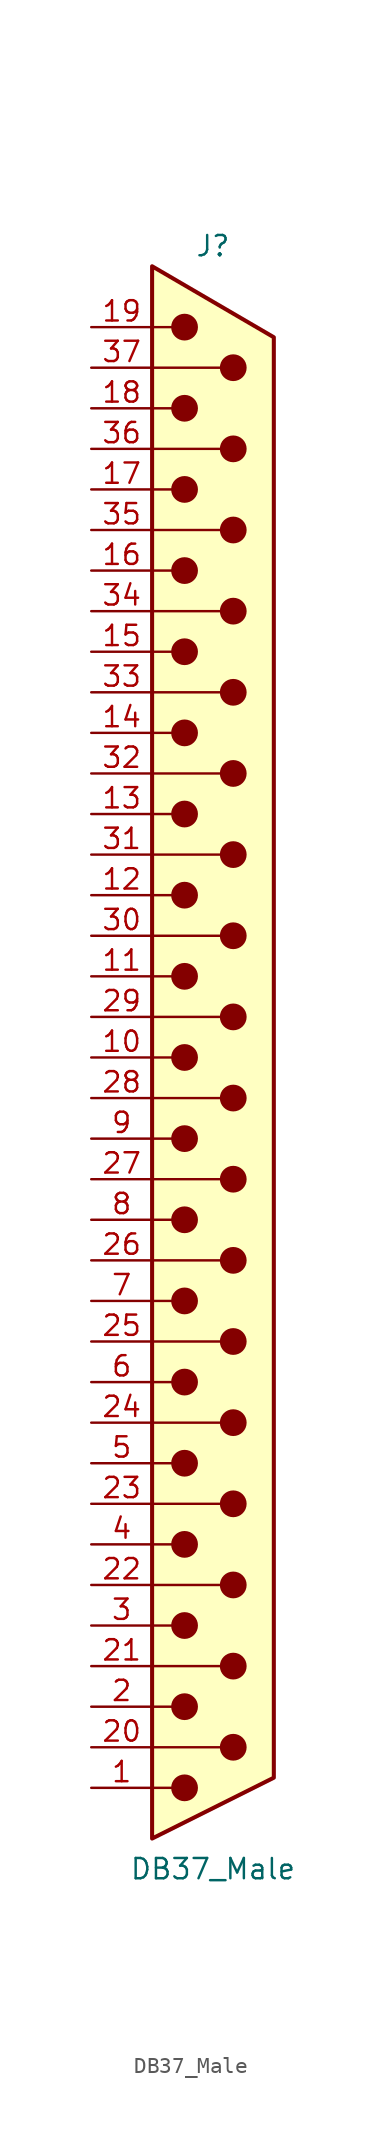
<source format=kicad_sym>
(kicad_symbol_lib
  (version 20220914)
  (generator kicad_symbol_editor)
  (symbol "DB37_Male"
    (pin_names
      (offset 1.016) hide)
    (property "Reference" "J"
      (at 0 50.8 0)
      (effects (font (size 1.27 1.27))))
    (property "Value" "DB37_Male"
      (at 0 -50.8 0)
      (effects (font (size 1.27 1.27))))
    (symbol "DB37_Male_0_1"
      (circle (center -1.778 -45.72) (radius 0.762) (stroke (width 0) (type default)) (fill (type outline)))
      (circle (center -1.778 -40.64) (radius 0.762) (stroke (width 0) (type default)) (fill (type outline)))
      (circle (center -1.778 -35.56) (radius 0.762) (stroke (width 0) (type default)) (fill (type outline)))
      (circle (center -1.778 -30.48) (radius 0.762) (stroke (width 0) (type default)) (fill (type outline)))
      (circle (center -1.778 -25.4) (radius 0.762) (stroke (width 0) (type default)) (fill (type outline)))
      (circle (center -1.778 -20.32) (radius 0.762) (stroke (width 0) (type default)) (fill (type outline)))
      (circle (center -1.778 -15.24) (radius 0.762) (stroke (width 0) (type default)) (fill (type outline)))
      (circle (center -1.778 -10.16) (radius 0.762) (stroke (width 0) (type default)) (fill (type outline)))
      (circle (center -1.778 -5.08) (radius 0.762) (stroke (width 0) (type default)) (fill (type outline)))
      (circle (center -1.778 0) (radius 0.762) (stroke (width 0) (type default)) (fill (type outline)))
      (circle (center -1.778 5.08) (radius 0.762) (stroke (width 0) (type default)) (fill (type outline)))
      (circle (center -1.778 10.16) (radius 0.762) (stroke (width 0) (type default)) (fill (type outline)))
      (circle (center -1.778 15.24) (radius 0.762) (stroke (width 0) (type default)) (fill (type outline)))
      (circle (center -1.778 20.32) (radius 0.762) (stroke (width 0) (type default)) (fill (type outline)))
      (circle (center -1.778 25.4) (radius 0.762) (stroke (width 0) (type default)) (fill (type outline)))
      (circle (center -1.778 30.48) (radius 0.762) (stroke (width 0) (type default)) (fill (type outline)))
      (circle (center -1.778 35.56) (radius 0.762) (stroke (width 0) (type default)) (fill (type outline)))
      (circle (center -1.778 40.64) (radius 0.762) (stroke (width 0) (type default)) (fill (type outline)))
      (circle (center -1.778 45.72) (radius 0.762) (stroke (width 0) (type default)) (fill (type outline)))
      (polyline (pts (xy -3.81 -45.72) (xy -2.54 -45.72)) (stroke (width 0) (type default)) (fill (type none)))
      (polyline (pts (xy -3.81 -43.18) (xy 0.508 -43.18)) (stroke (width 0) (type default)) (fill (type none)))
      (polyline (pts (xy -3.81 -40.64) (xy -2.54 -40.64)) (stroke (width 0) (type default)) (fill (type none)))
      (polyline (pts (xy -3.81 -38.1) (xy 0.508 -38.1)) (stroke (width 0) (type default)) (fill (type none)))
      (polyline (pts (xy -3.81 -35.56) (xy -2.54 -35.56)) (stroke (width 0) (type default)) (fill (type none)))
      (polyline (pts (xy -3.81 -33.02) (xy 0.508 -33.02)) (stroke (width 0) (type default)) (fill (type none)))
      (polyline (pts (xy -3.81 -30.48) (xy -2.54 -30.48)) (stroke (width 0) (type default)) (fill (type none)))
      (polyline (pts (xy -3.81 -27.94) (xy 0.508 -27.94)) (stroke (width 0) (type default)) (fill (type none)))
      (polyline (pts (xy -3.81 -25.4) (xy -2.54 -25.4)) (stroke (width 0) (type default)) (fill (type none)))
      (polyline (pts (xy -3.81 -22.86) (xy 0.508 -22.86)) (stroke (width 0) (type default)) (fill (type none)))
      (polyline (pts (xy -3.81 -20.32) (xy -2.54 -20.32)) (stroke (width 0) (type default)) (fill (type none)))
      (polyline (pts (xy -3.81 -17.78) (xy 0.508 -17.78)) (stroke (width 0) (type default)) (fill (type none)))
      (polyline (pts (xy -3.81 -15.24) (xy -2.54 -15.24)) (stroke (width 0) (type default)) (fill (type none)))
      (polyline (pts (xy -3.81 -12.7) (xy 0.508 -12.7)) (stroke (width 0) (type default)) (fill (type none)))
      (polyline (pts (xy -3.81 -10.16) (xy -2.54 -10.16)) (stroke (width 0) (type default)) (fill (type none)))
      (polyline (pts (xy -3.81 -7.62) (xy 0.508 -7.62)) (stroke (width 0) (type default)) (fill (type none)))
      (polyline (pts (xy -3.81 -5.08) (xy -2.54 -5.08)) (stroke (width 0) (type default)) (fill (type none)))
      (polyline (pts (xy -3.81 -2.54) (xy 0.508 -2.54)) (stroke (width 0) (type default)) (fill (type none)))
      (polyline (pts (xy -3.81 0) (xy -2.54 0)) (stroke (width 0) (type default)) (fill (type none)))
      (polyline (pts (xy -3.81 2.54) (xy 0.508 2.54)) (stroke (width 0) (type default)) (fill (type none)))
      (polyline (pts (xy -3.81 5.08) (xy -2.54 5.08)) (stroke (width 0) (type default)) (fill (type none)))
      (polyline (pts (xy -3.81 7.62) (xy 0.508 7.62)) (stroke (width 0) (type default)) (fill (type none)))
      (polyline (pts (xy -3.81 10.16) (xy -2.54 10.16)) (stroke (width 0) (type default)) (fill (type none)))
      (polyline (pts (xy -3.81 12.7) (xy 0.508 12.7)) (stroke (width 0) (type default)) (fill (type none)))
      (polyline (pts (xy -3.81 15.24) (xy -2.54 15.24)) (stroke (width 0) (type default)) (fill (type none)))
      (polyline (pts (xy -3.81 17.78) (xy 0.508 17.78)) (stroke (width 0) (type default)) (fill (type none)))
      (polyline (pts (xy -3.81 20.32) (xy -2.54 20.32)) (stroke (width 0) (type default)) (fill (type none)))
      (polyline (pts (xy -3.81 22.86) (xy 0.508 22.86)) (stroke (width 0) (type default)) (fill (type none)))
      (polyline (pts (xy -3.81 25.4) (xy -2.54 25.4)) (stroke (width 0) (type default)) (fill (type none)))
      (polyline (pts (xy -3.81 27.94) (xy 0.508 27.94)) (stroke (width 0) (type default)) (fill (type none)))
      (polyline (pts (xy -3.81 30.48) (xy -2.54 30.48)) (stroke (width 0) (type default)) (fill (type none)))
      (polyline (pts (xy -3.81 33.02) (xy 0.508 33.02)) (stroke (width 0) (type default)) (fill (type none)))
      (polyline (pts (xy -3.81 35.56) (xy -2.54 35.56)) (stroke (width 0) (type default)) (fill (type none)))
      (polyline (pts (xy -3.81 38.1) (xy 0.508 38.1)) (stroke (width 0) (type default)) (fill (type none)))
      (polyline (pts (xy -3.81 40.64) (xy -2.54 40.64)) (stroke (width 0) (type default)) (fill (type none)))
      (polyline (pts (xy -3.81 43.18) (xy 0.508 43.18)) (stroke (width 0) (type default)) (fill (type none)))
      (polyline (pts (xy -3.81 45.72) (xy -2.54 45.72)) (stroke (width 0) (type default)) (fill (type none)))
      (polyline (pts (xy -3.81 49.53) (xy 3.81 45.085) (xy 3.81 -45.085) (xy -3.81 -48.895) (xy -3.81 49.53)) (stroke (width 0.254) (type default)) (fill (type background)))
      (circle (center 1.27 -43.18) (radius 0.762) (stroke (width 0) (type default)) (fill (type outline)))
      (circle (center 1.27 -38.1) (radius 0.762) (stroke (width 0) (type default)) (fill (type outline)))
      (circle (center 1.27 -33.02) (radius 0.762) (stroke (width 0) (type default)) (fill (type outline)))
      (circle (center 1.27 -27.94) (radius 0.762) (stroke (width 0) (type default)) (fill (type outline)))
      (circle (center 1.27 -22.86) (radius 0.762) (stroke (width 0) (type default)) (fill (type outline)))
      (circle (center 1.27 -17.78) (radius 0.762) (stroke (width 0) (type default)) (fill (type outline)))
      (circle (center 1.27 -12.7) (radius 0.762) (stroke (width 0) (type default)) (fill (type outline)))
      (circle (center 1.27 -7.62) (radius 0.762) (stroke (width 0) (type default)) (fill (type outline)))
      (circle (center 1.27 -2.54) (radius 0.762) (stroke (width 0) (type default)) (fill (type outline)))
      (circle (center 1.27 2.54) (radius 0.762) (stroke (width 0) (type default)) (fill (type outline)))
      (circle (center 1.27 7.62) (radius 0.762) (stroke (width 0) (type default)) (fill (type outline)))
      (circle (center 1.27 12.7) (radius 0.762) (stroke (width 0) (type default)) (fill (type outline)))
      (circle (center 1.27 17.78) (radius 0.762) (stroke (width 0) (type default)) (fill (type outline)))
      (circle (center 1.27 22.86) (radius 0.762) (stroke (width 0) (type default)) (fill (type outline)))
      (circle (center 1.27 27.94) (radius 0.762) (stroke (width 0) (type default)) (fill (type outline)))
      (circle (center 1.27 33.02) (radius 0.762) (stroke (width 0) (type default)) (fill (type outline)))
      (circle (center 1.27 38.1) (radius 0.762) (stroke (width 0) (type default)) (fill (type outline)))
      (circle (center 1.27 43.18) (radius 0.762) (stroke (width 0) (type default)) (fill (type outline))))
    (symbol "DB37_Male_1_1"
      (pin passive line (at -7.62 -45.72 0) (length 3.81) (name "1" (effects (font (size 1.27 1.27)))) (number "1" (effects (font (size 1.27 1.27)))))
      (pin passive line (at -7.62 0 0) (length 3.81) (name "10" (effects (font (size 1.27 1.27)))) (number "10" (effects (font (size 1.27 1.27)))))
      (pin passive line (at -7.62 5.08 0) (length 3.81) (name "11" (effects (font (size 1.27 1.27)))) (number "11" (effects (font (size 1.27 1.27)))))
      (pin passive line (at -7.62 10.16 0) (length 3.81) (name "12" (effects (font (size 1.27 1.27)))) (number "12" (effects (font (size 1.27 1.27)))))
      (pin passive line (at -7.62 15.24 0) (length 3.81) (name "13" (effects (font (size 1.27 1.27)))) (number "13" (effects (font (size 1.27 1.27)))))
      (pin passive line (at -7.62 20.32 0) (length 3.81) (name "14" (effects (font (size 1.27 1.27)))) (number "14" (effects (font (size 1.27 1.27)))))
      (pin passive line (at -7.62 25.4 0) (length 3.81) (name "15" (effects (font (size 1.27 1.27)))) (number "15" (effects (font (size 1.27 1.27)))))
      (pin passive line (at -7.62 30.48 0) (length 3.81) (name "16" (effects (font (size 1.27 1.27)))) (number "16" (effects (font (size 1.27 1.27)))))
      (pin passive line (at -7.62 35.56 0) (length 3.81) (name "17" (effects (font (size 1.27 1.27)))) (number "17" (effects (font (size 1.27 1.27)))))
      (pin passive line (at -7.62 40.64 0) (length 3.81) (name "18" (effects (font (size 1.27 1.27)))) (number "18" (effects (font (size 1.27 1.27)))))
      (pin passive line (at -7.62 45.72 0) (length 3.81) (name "19" (effects (font (size 1.27 1.27)))) (number "19" (effects (font (size 1.27 1.27)))))
      (pin passive line (at -7.62 -40.64 0) (length 3.81) (name "2" (effects (font (size 1.27 1.27)))) (number "2" (effects (font (size 1.27 1.27)))))
      (pin passive line (at -7.62 -43.18 0) (length 3.81) (name "20" (effects (font (size 1.27 1.27)))) (number "20" (effects (font (size 1.27 1.27)))))
      (pin passive line (at -7.62 -38.1 0) (length 3.81) (name "21" (effects (font (size 1.27 1.27)))) (number "21" (effects (font (size 1.27 1.27)))))
      (pin passive line (at -7.62 -33.02 0) (length 3.81) (name "22" (effects (font (size 1.27 1.27)))) (number "22" (effects (font (size 1.27 1.27)))))
      (pin passive line (at -7.62 -27.94 0) (length 3.81) (name "23" (effects (font (size 1.27 1.27)))) (number "23" (effects (font (size 1.27 1.27)))))
      (pin passive line (at -7.62 -22.86 0) (length 3.81) (name "24" (effects (font (size 1.27 1.27)))) (number "24" (effects (font (size 1.27 1.27)))))
      (pin passive line (at -7.62 -17.78 0) (length 3.81) (name "25" (effects (font (size 1.27 1.27)))) (number "25" (effects (font (size 1.27 1.27)))))
      (pin passive line (at -7.62 -12.7 0) (length 3.81) (name "26" (effects (font (size 1.27 1.27)))) (number "26" (effects (font (size 1.27 1.27)))))
      (pin passive line (at -7.62 -7.62 0) (length 3.81) (name "27" (effects (font (size 1.27 1.27)))) (number "27" (effects (font (size 1.27 1.27)))))
      (pin passive line (at -7.62 -2.54 0) (length 3.81) (name "28" (effects (font (size 1.27 1.27)))) (number "28" (effects (font (size 1.27 1.27)))))
      (pin passive line (at -7.62 2.54 0) (length 3.81) (name "29" (effects (font (size 1.27 1.27)))) (number "29" (effects (font (size 1.27 1.27)))))
      (pin passive line (at -7.62 -35.56 0) (length 3.81) (name "3" (effects (font (size 1.27 1.27)))) (number "3" (effects (font (size 1.27 1.27)))))
      (pin passive line (at -7.62 7.62 0) (length 3.81) (name "30" (effects (font (size 1.27 1.27)))) (number "30" (effects (font (size 1.27 1.27)))))
      (pin passive line (at -7.62 12.7 0) (length 3.81) (name "31" (effects (font (size 1.27 1.27)))) (number "31" (effects (font (size 1.27 1.27)))))
      (pin passive line (at -7.62 17.78 0) (length 3.81) (name "32" (effects (font (size 1.27 1.27)))) (number "32" (effects (font (size 1.27 1.27)))))
      (pin passive line (at -7.62 22.86 0) (length 3.81) (name "33" (effects (font (size 1.27 1.27)))) (number "33" (effects (font (size 1.27 1.27)))))
      (pin passive line (at -7.62 27.94 0) (length 3.81) (name "34" (effects (font (size 1.27 1.27)))) (number "34" (effects (font (size 1.27 1.27)))))
      (pin passive line (at -7.62 33.02 0) (length 3.81) (name "35" (effects (font (size 1.27 1.27)))) (number "35" (effects (font (size 1.27 1.27)))))
      (pin passive line (at -7.62 38.1 0) (length 3.81) (name "36" (effects (font (size 1.27 1.27)))) (number "36" (effects (font (size 1.27 1.27)))))
      (pin passive line (at -7.62 43.18 0) (length 3.81) (name "37" (effects (font (size 1.27 1.27)))) (number "37" (effects (font (size 1.27 1.27)))))
      (pin passive line (at -7.62 -30.48 0) (length 3.81) (name "4" (effects (font (size 1.27 1.27)))) (number "4" (effects (font (size 1.27 1.27)))))
      (pin passive line (at -7.62 -25.4 0) (length 3.81) (name "5" (effects (font (size 1.27 1.27)))) (number "5" (effects (font (size 1.27 1.27)))))
      (pin passive line (at -7.62 -20.32 0) (length 3.81) (name "6" (effects (font (size 1.27 1.27)))) (number "6" (effects (font (size 1.27 1.27)))))
      (pin passive line (at -7.62 -15.24 0) (length 3.81) (name "7" (effects (font (size 1.27 1.27)))) (number "7" (effects (font (size 1.27 1.27)))))
      (pin passive line (at -7.62 -10.16 0) (length 3.81) (name "8" (effects (font (size 1.27 1.27)))) (number "8" (effects (font (size 1.27 1.27)))))
      (pin passive line (at -7.62 -5.08 0) (length 3.81) (name "9" (effects (font (size 1.27 1.27)))) (number "9" (effects (font (size 1.27 1.27))))))))
</source>
